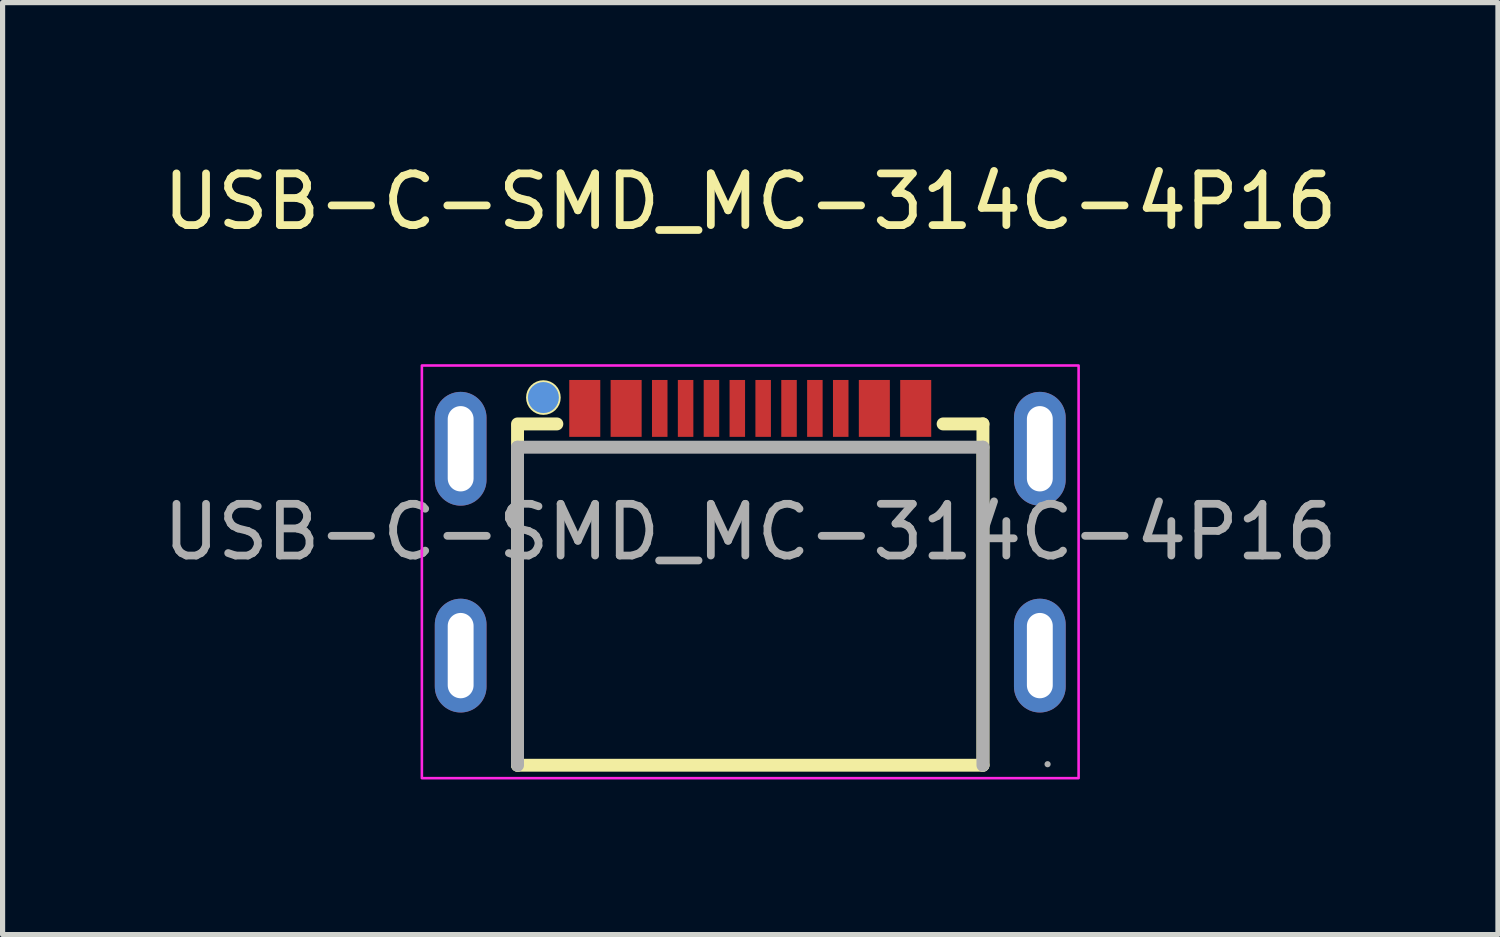
<source format=kicad_pcb>
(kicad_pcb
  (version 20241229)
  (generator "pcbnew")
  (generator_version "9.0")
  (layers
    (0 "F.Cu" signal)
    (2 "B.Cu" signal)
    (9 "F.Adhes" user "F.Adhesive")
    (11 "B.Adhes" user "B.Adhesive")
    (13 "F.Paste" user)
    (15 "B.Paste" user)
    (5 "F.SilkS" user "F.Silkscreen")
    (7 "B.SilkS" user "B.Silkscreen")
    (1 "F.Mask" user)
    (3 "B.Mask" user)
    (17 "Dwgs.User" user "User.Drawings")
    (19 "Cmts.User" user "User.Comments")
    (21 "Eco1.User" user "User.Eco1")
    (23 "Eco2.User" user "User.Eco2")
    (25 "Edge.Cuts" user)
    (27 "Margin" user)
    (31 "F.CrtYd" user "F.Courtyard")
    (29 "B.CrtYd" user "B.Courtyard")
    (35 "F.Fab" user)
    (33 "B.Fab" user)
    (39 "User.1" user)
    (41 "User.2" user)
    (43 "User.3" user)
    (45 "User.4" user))
  (footprint "USB-C-SMD_MC-314C-4P16"
    (layer "F.Cu")
    (at 11.458 7.238)
    (property "Reference" "USB-C-SMD_MC-314C-4P16" (at 0 -6.39 0) (layer "F.SilkS") (effects (font (size 1 1) (thickness 0.15))))
    (attr smd)
    (fp_line (start -4.5 -2.04) (end -4.5 4.51) (stroke (width 0.25) (type solid)) (layer "F.SilkS"))
    (fp_line (start -4.5 4.51) (end 4.5 4.51) (stroke (width 0.25) (type solid)) (layer "F.SilkS"))
    (fp_line (start -3.74 -2.09) (end -4.5 -2.09) (stroke (width 0.25) (type solid)) (layer "F.SilkS"))
    (fp_line (start 4.5 -2.09) (end 3.73 -2.09) (stroke (width 0.25) (type solid)) (layer "F.SilkS"))
    (fp_line (start 4.5 4.51) (end 4.5 -2.09) (stroke (width 0.25) (type solid)) (layer "F.SilkS"))
    (fp_circle (center -4 -2.6) (end -3.79 -2.6) (stroke (width 0.25) (type solid)) (fill no) (layer "F.SilkS"))
    (fp_circle (center -4 -2.6) (end -3.85 -2.6) (stroke (width 0.3) (type solid)) (fill no) (layer "Cmts.User"))
    (fp_rect (start -6.35 -3.22) (end 6.35 4.76) (stroke (width 0.05) (type default)) (fill no) (layer "F.CrtYd"))
    (fp_line (start -4.5 -1.64) (end -4.5 4.51) (stroke (width 0.25) (type solid)) (layer "F.Fab"))
    (fp_line (start 4.5 -1.64) (end -4.5 -1.64) (stroke (width 0.25) (type solid)) (layer "F.Fab"))
    (fp_line (start 4.5 -1.64) (end 4.5 4.51) (stroke (width 0.25) (type solid)) (layer "F.Fab"))
    (fp_circle (center 5.75 4.49) (end 5.78 4.49) (stroke (width 0.06) (type solid)) (fill no) (layer "F.Fab"))
    (fp_text user "${REFERENCE}" (at 0 0 0) (layer "F.Fab") (effects (font (size 1 1) (thickness 0.15))))
    (pad "A1_B12" smd rect (at -3.2 -2.39) (size 0.6 1.1) (layers "F.Cu" "F.Mask" "F.Paste"))
    (pad "A4_B9" smd rect (at -2.4 -2.39) (size 0.6 1.1) (layers "F.Cu" "F.Mask" "F.Paste"))
    (pad "A5" smd rect (at -1.25 -2.39) (size 0.3 1.1) (layers "F.Cu" "F.Mask" "F.Paste"))
    (pad "A6" smd rect (at -0.25 -2.39) (size 0.3 1.1) (layers "F.Cu" "F.Mask" "F.Paste"))
    (pad "A7" smd rect (at 0.25 -2.39) (size 0.3 1.1) (layers "F.Cu" "F.Mask" "F.Paste"))
    (pad "A8" smd rect (at 1.25 -2.39) (size 0.3 1.1) (layers "F.Cu" "F.Mask" "F.Paste"))
    (pad "B1_A12" smd rect (at 3.2 -2.39) (size 0.6 1.1) (layers "F.Cu" "F.Mask" "F.Paste"))
    (pad "B4_A9" smd rect (at 2.4 -2.39) (size 0.6 1.1) (layers "F.Cu" "F.Mask" "F.Paste"))
    (pad "B5" smd rect (at 1.75 -2.39) (size 0.3 1.1) (layers "F.Cu" "F.Mask" "F.Paste"))
    (pad "B6" smd rect (at 0.75 -2.39) (size 0.3 1.1) (layers "F.Cu" "F.Mask" "F.Paste"))
    (pad "B7" smd rect (at -0.75 -2.39) (size 0.3 1.1) (layers "F.Cu" "F.Mask" "F.Paste"))
    (pad "B8" smd rect (at -1.75 -2.39) (size 0.3 1.1) (layers "F.Cu" "F.Mask" "F.Paste"))
    (pad "S1" thru_hole oval (at -5.6 2.39) (size 1 2.2) (drill oval 0.5 1.65) (layers "*.Cu" "*.Mask"))
    (pad "S2" thru_hole oval (at 5.6 2.39) (size 1 2.2) (drill oval 0.5 1.65) (layers "*.Cu" "*.Mask"))
    (pad "S3" thru_hole oval (at -5.6 -1.61) (size 1 2.2) (drill oval 0.5 1.65) (layers "*.Cu" "*.Mask"))
    (pad "S4" thru_hole oval (at 5.6 -1.61) (size 1 2.2) (drill oval 0.5 1.65) (layers "*.Cu" "*.Mask")))
  (gr_rect
    (start -3 -3)
    (end 25.917 15.023)
    (stroke (width 0.1) (type default))
    (fill no)
    (layer "Edge.Cuts")))
</source>
